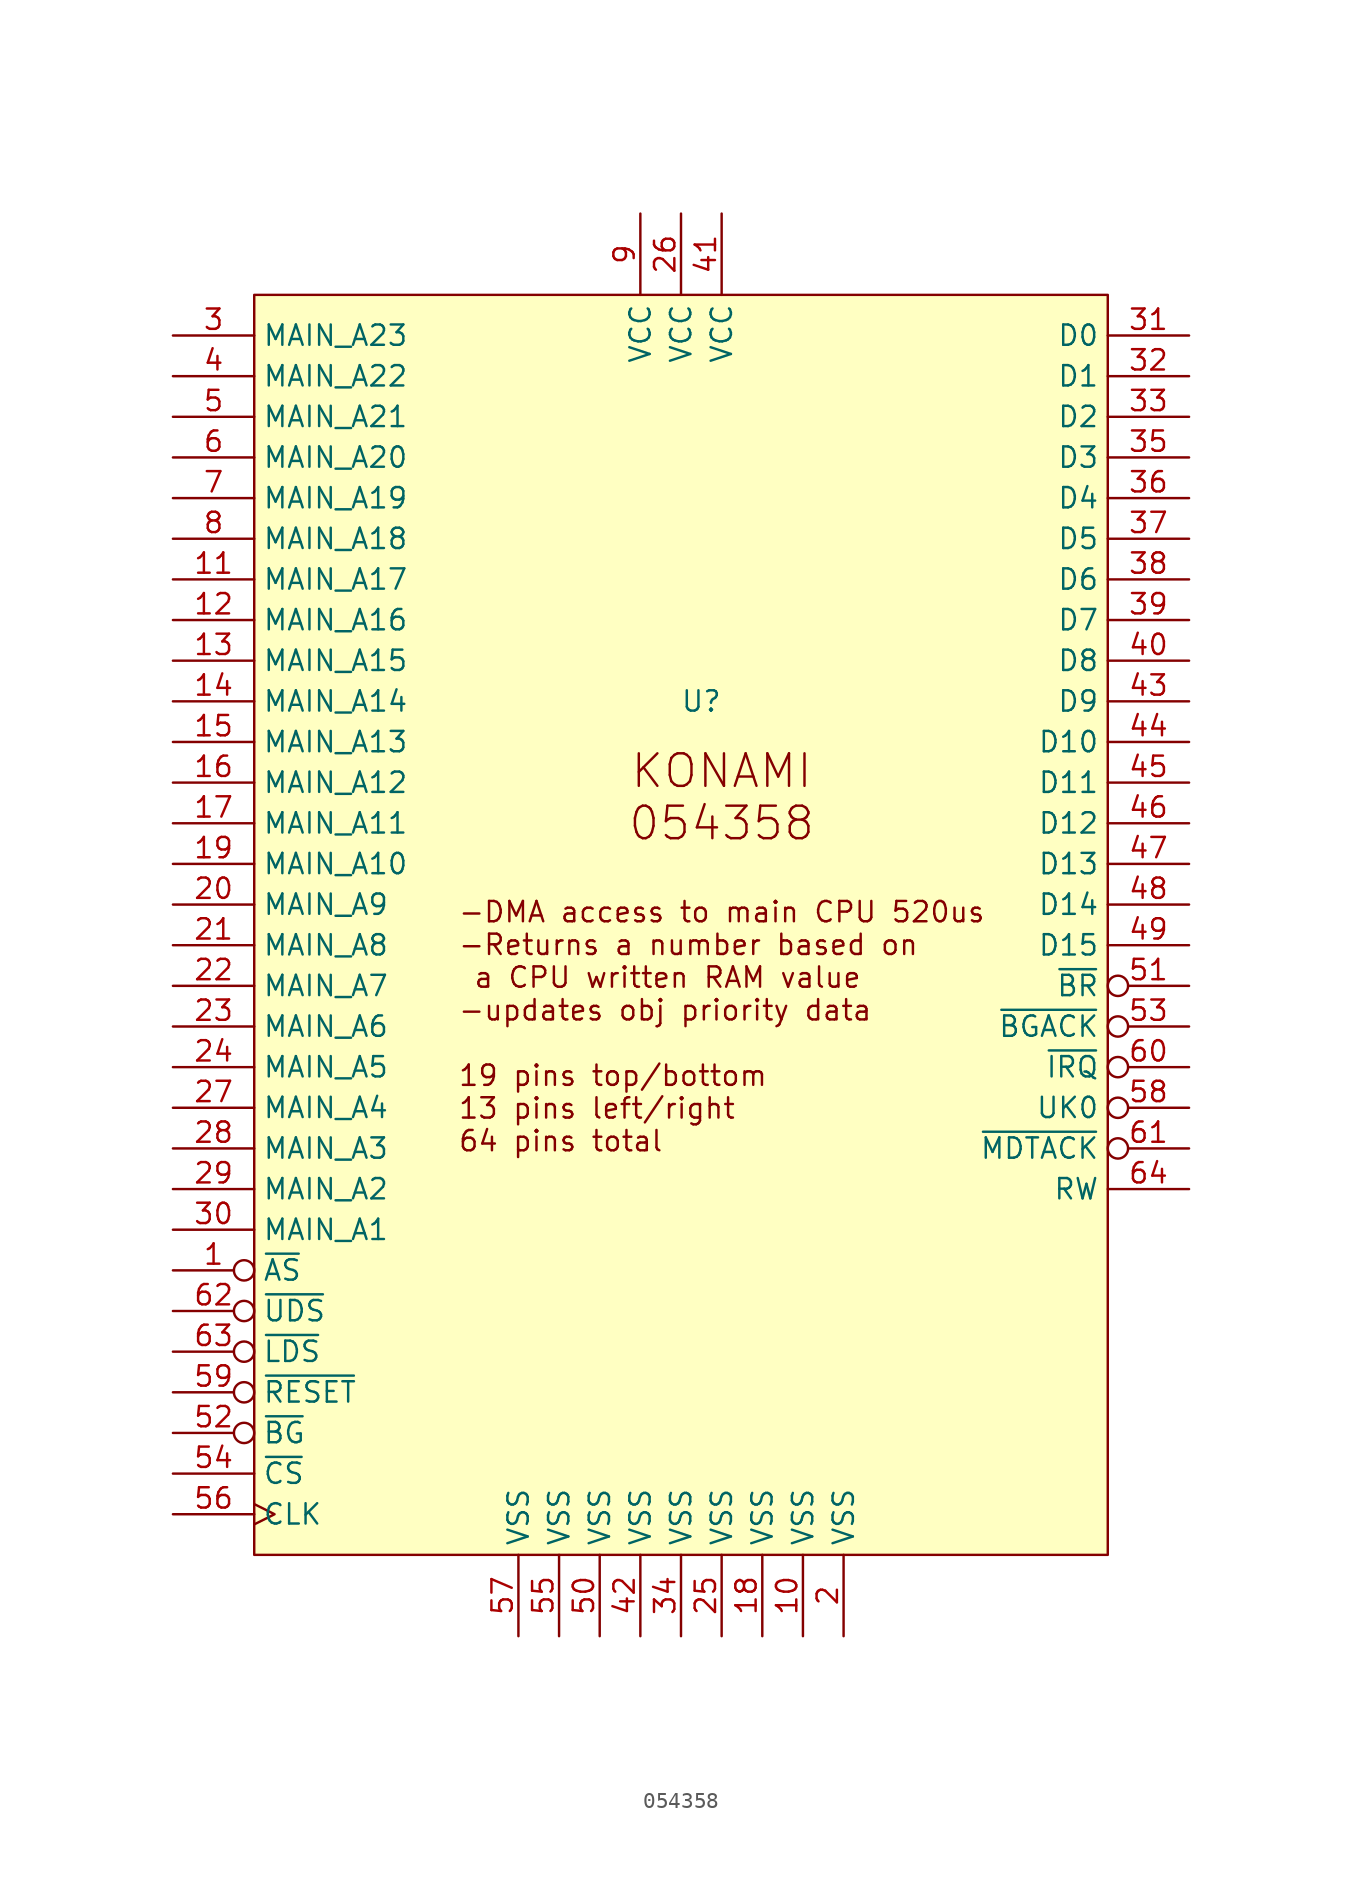
<source format=kicad_sym>
(kicad_symbol_lib
  (version 20231120)
  (generator "kicad_symbol_editor")
  (generator_version "8.0")
  (symbol "054358"
    (property "Reference" "U"
      (at 1.27 13.97 0)
      (effects (font (size 1.27 1.27))))
    (property "Value" ""
      (at 0 0 0)
      (effects (font (size 1.27 1.27))))
    (symbol "054358_1_1"
      (rectangle (start -26.67 39.37) (end 26.67 -39.37) (stroke (width 0) (type default)) (fill (type background)))
      (text "-DMA access to main CPU 520us\n-Returns a number based on \n a CPU written RAM value\n-updates obj priority data\n\n19 pins top/bottom\n13 pins left/right\n64 pins total" (at -13.97 -6.35 0) (effects (font (size 1.27 1.27)) (justify left)))
      (text "KONAMI\n054358\n\n" (at 2.54 6.35 0) (effects (font (size 2.032 2.032))))
      (pin input inverted (at -31.75 -21.59 0) (length 5.08) (name "~{AS}" (effects (font (size 1.27 1.27)))) (number "1" (effects (font (size 1.27 1.27)))))
      (pin power_in line (at 7.62 -44.45 90) (length 5.08) (name "VSS" (effects (font (size 1.27 1.27)))) (number "10" (effects (font (size 1.27 1.27)))))
      (pin input line (at -31.75 21.59 0) (length 5.08) (name "MAIN_A17" (effects (font (size 1.27 1.27)))) (number "11" (effects (font (size 1.27 1.27)))))
      (pin input line (at -31.75 19.05 0) (length 5.08) (name "MAIN_A16" (effects (font (size 1.27 1.27)))) (number "12" (effects (font (size 1.27 1.27)))))
      (pin input line (at -31.75 16.51 0) (length 5.08) (name "MAIN_A15" (effects (font (size 1.27 1.27)))) (number "13" (effects (font (size 1.27 1.27)))))
      (pin input line (at -31.75 13.97 0) (length 5.08) (name "MAIN_A14" (effects (font (size 1.27 1.27)))) (number "14" (effects (font (size 1.27 1.27)))))
      (pin input line (at -31.75 11.43 0) (length 5.08) (name "MAIN_A13" (effects (font (size 1.27 1.27)))) (number "15" (effects (font (size 1.27 1.27)))))
      (pin input line (at -31.75 8.89 0) (length 5.08) (name "MAIN_A12" (effects (font (size 1.27 1.27)))) (number "16" (effects (font (size 1.27 1.27)))))
      (pin input line (at -31.75 6.35 0) (length 5.08) (name "MAIN_A11" (effects (font (size 1.27 1.27)))) (number "17" (effects (font (size 1.27 1.27)))))
      (pin power_in line (at 5.08 -44.45 90) (length 5.08) (name "VSS" (effects (font (size 1.27 1.27)))) (number "18" (effects (font (size 1.27 1.27)))))
      (pin input line (at -31.75 3.81 0) (length 5.08) (name "MAIN_A10" (effects (font (size 1.27 1.27)))) (number "19" (effects (font (size 1.27 1.27)))))
      (pin power_in line (at 10.16 -44.45 90) (length 5.08) (name "VSS" (effects (font (size 1.27 1.27)))) (number "2" (effects (font (size 1.27 1.27)))))
      (pin input line (at -31.75 1.27 0) (length 5.08) (name "MAIN_A9" (effects (font (size 1.27 1.27)))) (number "20" (effects (font (size 1.27 1.27)))))
      (pin input line (at -31.75 -1.27 0) (length 5.08) (name "MAIN_A8" (effects (font (size 1.27 1.27)))) (number "21" (effects (font (size 1.27 1.27)))))
      (pin input line (at -31.75 -3.81 0) (length 5.08) (name "MAIN_A7" (effects (font (size 1.27 1.27)))) (number "22" (effects (font (size 1.27 1.27)))))
      (pin input line (at -31.75 -6.35 0) (length 5.08) (name "MAIN_A6" (effects (font (size 1.27 1.27)))) (number "23" (effects (font (size 1.27 1.27)))))
      (pin input line (at -31.75 -8.89 0) (length 5.08) (name "MAIN_A5" (effects (font (size 1.27 1.27)))) (number "24" (effects (font (size 1.27 1.27)))))
      (pin power_in line (at 2.54 -44.45 90) (length 5.08) (name "VSS" (effects (font (size 1.27 1.27)))) (number "25" (effects (font (size 1.27 1.27)))))
      (pin power_in line (at 0 44.45 270) (length 5.08) (name "VCC" (effects (font (size 1.27 1.27)))) (number "26" (effects (font (size 1.27 1.27)))))
      (pin input line (at -31.75 -11.43 0) (length 5.08) (name "MAIN_A4" (effects (font (size 1.27 1.27)))) (number "27" (effects (font (size 1.27 1.27)))))
      (pin input line (at -31.75 -13.97 0) (length 5.08) (name "MAIN_A3" (effects (font (size 1.27 1.27)))) (number "28" (effects (font (size 1.27 1.27)))))
      (pin input line (at -31.75 -16.51 0) (length 5.08) (name "MAIN_A2" (effects (font (size 1.27 1.27)))) (number "29" (effects (font (size 1.27 1.27)))))
      (pin input line (at -31.75 36.83 0) (length 5.08) (name "MAIN_A23" (effects (font (size 1.27 1.27)))) (number "3" (effects (font (size 1.27 1.27)))))
      (pin input line (at -31.75 -19.05 0) (length 5.08) (name "MAIN_A1" (effects (font (size 1.27 1.27)))) (number "30" (effects (font (size 1.27 1.27)))))
      (pin tri_state line (at 31.75 36.83 180) (length 5.08) (name "D0" (effects (font (size 1.27 1.27)))) (number "31" (effects (font (size 1.27 1.27)))))
      (pin tri_state line (at 31.75 34.29 180) (length 5.08) (name "D1" (effects (font (size 1.27 1.27)))) (number "32" (effects (font (size 1.27 1.27)))))
      (pin tri_state line (at 31.75 31.75 180) (length 5.08) (name "D2" (effects (font (size 1.27 1.27)))) (number "33" (effects (font (size 1.27 1.27)))))
      (pin power_in line (at 0 -44.45 90) (length 5.08) (name "VSS" (effects (font (size 1.27 1.27)))) (number "34" (effects (font (size 1.27 1.27)))))
      (pin tri_state line (at 31.75 29.21 180) (length 5.08) (name "D3" (effects (font (size 1.27 1.27)))) (number "35" (effects (font (size 1.27 1.27)))))
      (pin tri_state line (at 31.75 26.67 180) (length 5.08) (name "D4" (effects (font (size 1.27 1.27)))) (number "36" (effects (font (size 1.27 1.27)))))
      (pin tri_state line (at 31.75 24.13 180) (length 5.08) (name "D5" (effects (font (size 1.27 1.27)))) (number "37" (effects (font (size 1.27 1.27)))))
      (pin tri_state line (at 31.75 21.59 180) (length 5.08) (name "D6" (effects (font (size 1.27 1.27)))) (number "38" (effects (font (size 1.27 1.27)))))
      (pin tri_state line (at 31.75 19.05 180) (length 5.08) (name "D7" (effects (font (size 1.27 1.27)))) (number "39" (effects (font (size 1.27 1.27)))))
      (pin input line (at -31.75 34.29 0) (length 5.08) (name "MAIN_A22" (effects (font (size 1.27 1.27)))) (number "4" (effects (font (size 1.27 1.27)))))
      (pin tri_state line (at 31.75 16.51 180) (length 5.08) (name "D8" (effects (font (size 1.27 1.27)))) (number "40" (effects (font (size 1.27 1.27)))))
      (pin power_in line (at 2.54 44.45 270) (length 5.08) (name "VCC" (effects (font (size 1.27 1.27)))) (number "41" (effects (font (size 1.27 1.27)))))
      (pin power_in line (at -2.54 -44.45 90) (length 5.08) (name "VSS" (effects (font (size 1.27 1.27)))) (number "42" (effects (font (size 1.27 1.27)))))
      (pin tri_state line (at 31.75 13.97 180) (length 5.08) (name "D9" (effects (font (size 1.27 1.27)))) (number "43" (effects (font (size 1.27 1.27)))))
      (pin tri_state line (at 31.75 11.43 180) (length 5.08) (name "D10" (effects (font (size 1.27 1.27)))) (number "44" (effects (font (size 1.27 1.27)))))
      (pin tri_state line (at 31.75 8.89 180) (length 5.08) (name "D11" (effects (font (size 1.27 1.27)))) (number "45" (effects (font (size 1.27 1.27)))))
      (pin tri_state line (at 31.75 6.35 180) (length 5.08) (name "D12" (effects (font (size 1.27 1.27)))) (number "46" (effects (font (size 1.27 1.27)))))
      (pin tri_state line (at 31.75 3.81 180) (length 5.08) (name "D13" (effects (font (size 1.27 1.27)))) (number "47" (effects (font (size 1.27 1.27)))))
      (pin tri_state line (at 31.75 1.27 180) (length 5.08) (name "D14" (effects (font (size 1.27 1.27)))) (number "48" (effects (font (size 1.27 1.27)))))
      (pin tri_state line (at 31.75 -1.27 180) (length 5.08) (name "D15" (effects (font (size 1.27 1.27)))) (number "49" (effects (font (size 1.27 1.27)))))
      (pin input line (at -31.75 31.75 0) (length 5.08) (name "MAIN_A21" (effects (font (size 1.27 1.27)))) (number "5" (effects (font (size 1.27 1.27)))))
      (pin power_in line (at -5.08 -44.45 90) (length 5.08) (name "VSS" (effects (font (size 1.27 1.27)))) (number "50" (effects (font (size 1.27 1.27)))))
      (pin output inverted (at 31.75 -3.81 180) (length 5.08) (name "~{BR}" (effects (font (size 1.27 1.27)))) (number "51" (effects (font (size 1.27 1.27)))))
      (pin input inverted (at -31.75 -31.75 0) (length 5.08) (name "~{BG}" (effects (font (size 1.27 1.27)))) (number "52" (effects (font (size 1.27 1.27)))))
      (pin output inverted (at 31.75 -6.35 180) (length 5.08) (name "~{BGACK}" (effects (font (size 1.27 1.27)))) (number "53" (effects (font (size 1.27 1.27)))))
      (pin input line (at -31.75 -34.29 0) (length 5.08) (name "~{CS}" (effects (font (size 1.27 1.27)))) (number "54" (effects (font (size 1.27 1.27)))))
      (pin power_in line (at -7.62 -44.45 90) (length 5.08) (name "VSS" (effects (font (size 1.27 1.27)))) (number "55" (effects (font (size 1.27 1.27)))))
      (pin input clock (at -31.75 -36.83 0) (length 5.08) (name "CLK" (effects (font (size 1.27 1.27)))) (number "56" (effects (font (size 1.27 1.27)))))
      (pin power_in line (at -10.16 -44.45 90) (length 5.08) (name "VSS" (effects (font (size 1.27 1.27)))) (number "57" (effects (font (size 1.27 1.27)))))
      (pin input inverted (at 31.75 -11.43 180) (length 5.08) (name "UK0" (effects (font (size 1.27 1.27)))) (number "58" (effects (font (size 1.27 1.27)))))
      (pin input inverted (at -31.75 -29.21 0) (length 5.08) (name "~{RESET}" (effects (font (size 1.27 1.27)))) (number "59" (effects (font (size 1.27 1.27)))))
      (pin input line (at -31.75 29.21 0) (length 5.08) (name "MAIN_A20" (effects (font (size 1.27 1.27)))) (number "6" (effects (font (size 1.27 1.27)))))
      (pin output inverted (at 31.75 -8.89 180) (length 5.08) (name "~{IRQ}" (effects (font (size 1.27 1.27)))) (number "60" (effects (font (size 1.27 1.27)))))
      (pin output inverted (at 31.75 -13.97 180) (length 5.08) (name "~{MDTACK}" (effects (font (size 1.27 1.27)))) (number "61" (effects (font (size 1.27 1.27)))))
      (pin input inverted (at -31.75 -24.13 0) (length 5.08) (name "~{UDS}" (effects (font (size 1.27 1.27)))) (number "62" (effects (font (size 1.27 1.27)))))
      (pin input inverted (at -31.75 -26.67 0) (length 5.08) (name "~{LDS}" (effects (font (size 1.27 1.27)))) (number "63" (effects (font (size 1.27 1.27)))))
      (pin output line (at 31.75 -16.51 180) (length 5.08) (name "RW" (effects (font (size 1.27 1.27)))) (number "64" (effects (font (size 1.27 1.27)))))
      (pin input line (at -31.75 26.67 0) (length 5.08) (name "MAIN_A19" (effects (font (size 1.27 1.27)))) (number "7" (effects (font (size 1.27 1.27)))))
      (pin input line (at -31.75 24.13 0) (length 5.08) (name "MAIN_A18" (effects (font (size 1.27 1.27)))) (number "8" (effects (font (size 1.27 1.27)))))
      (pin power_in line (at -2.54 44.45 270) (length 5.08) (name "VCC" (effects (font (size 1.27 1.27)))) (number "9" (effects (font (size 1.27 1.27))))))))
</source>
